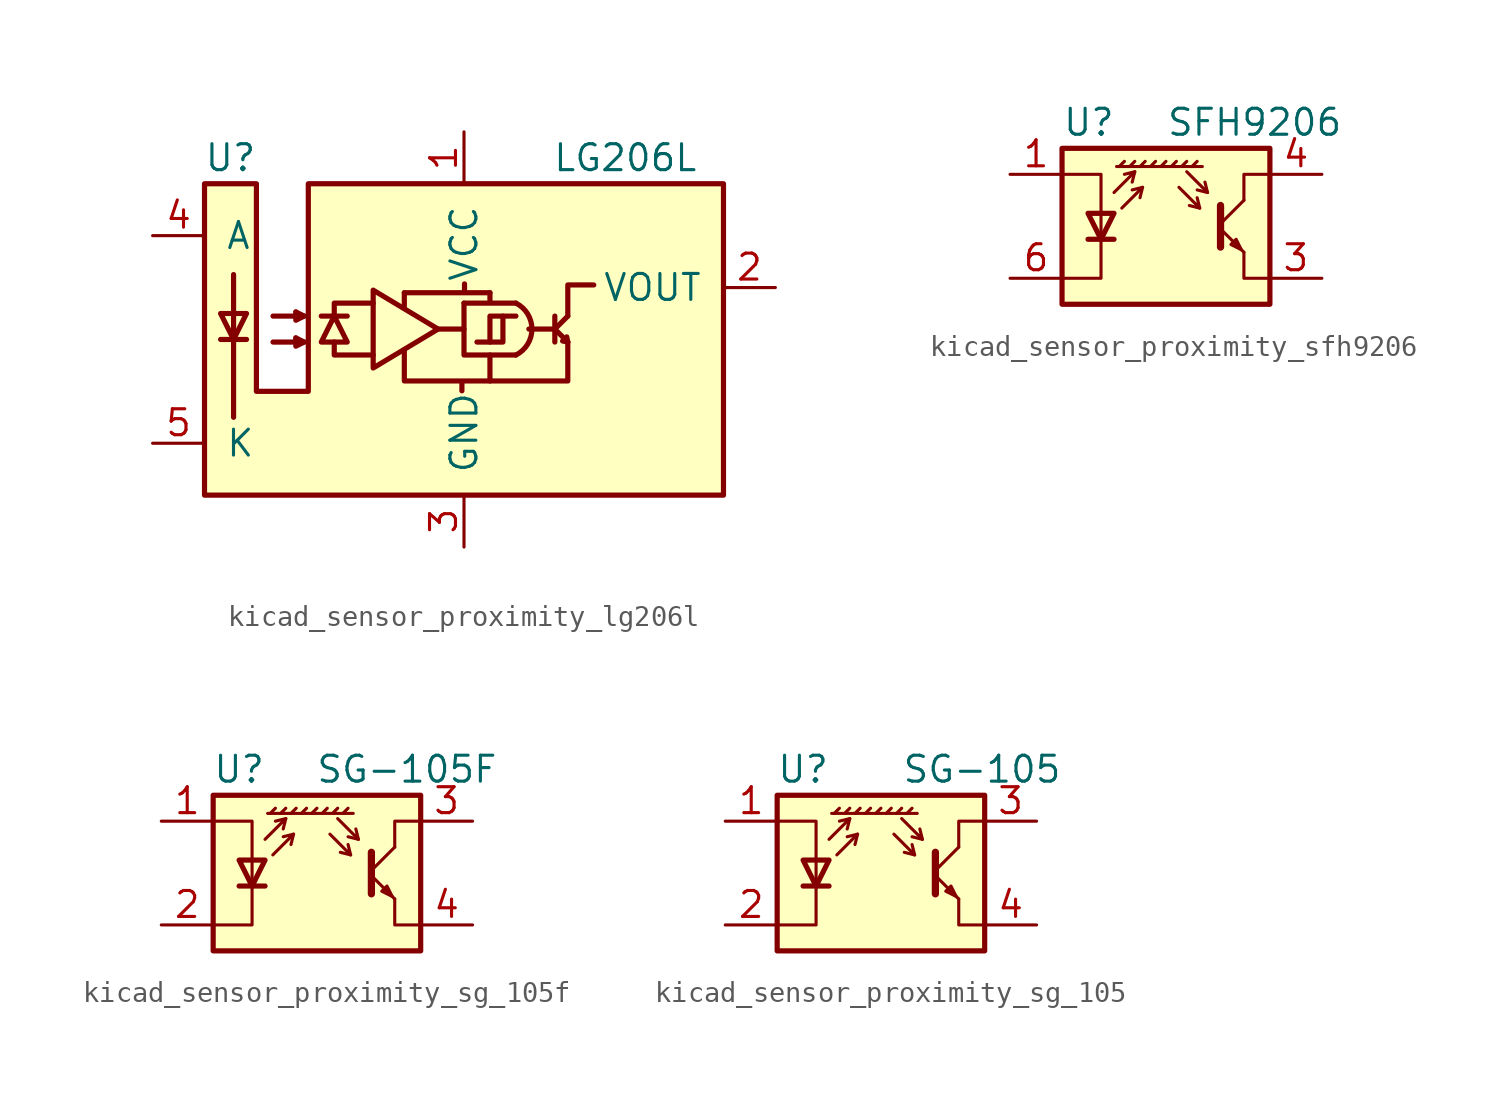
<source format=kicad_sym>
(kicad_symbol_lib
  (version 20220914)
  (generator kicad_symbol_editor)
  (symbol "kicad_sensor_proximity_lg206l"
    (pin_names
      (offset 1.016))
    (property "Reference" "U"
      (at -11.43 8.89 0)
      (effects (font (size 1.27 1.27))))
    (property "Value" "LG206L"
      (at 4.318 8.89 0)
      (effects (font (size 1.27 1.27)) (justify left)))
    (symbol "kicad_sensor_proximity_lg206l_0_1"
      (polyline (pts (xy -11.913 0) (xy -10.643 0)) (stroke (width 0.254) (type default)) (fill (type none)))
      (polyline (pts (xy -11.278 -3.81) (xy -11.278 3.175)) (stroke (width 0.254) (type default)) (fill (type none)))
      (polyline (pts (xy -6.985 1.143) (xy -5.715 1.143)) (stroke (width 0.254) (type default)) (fill (type none)))
      (polyline (pts (xy -2.921 1.524) (xy -2.921 2.286)) (stroke (width 0.254) (type default)) (fill (type none)))
      (polyline (pts (xy -2.921 2.286) (xy 1.27 2.286)) (stroke (width 0.254) (type default)) (fill (type none)))
      (polyline (pts (xy -1.27 0.508) (xy 0 0.508)) (stroke (width 0.254) (type default)) (fill (type none)))
      (polyline (pts (xy -0.102 -2.515) (xy -0.102 -2.083)) (stroke (width 0.254) (type default)) (fill (type none)))
      (polyline (pts (xy 0 1.778) (xy 2.54 1.778)) (stroke (width 0.254) (type default)) (fill (type none)))
      (polyline (pts (xy 0.025 2.311) (xy 0.025 2.718)) (stroke (width 0.254) (type default)) (fill (type none)))
      (polyline (pts (xy 1.27 1.93) (xy 1.27 2.286)) (stroke (width 0.254) (type default)) (fill (type none)))
      (polyline (pts (xy 3.175 0.508) (xy 4.445 0.508)) (stroke (width 0.254) (type default)) (fill (type none)))
      (polyline (pts (xy 4.445 0.508) (xy 5.08 -0.127)) (stroke (width 0.254) (type default)) (fill (type none)))
      (polyline (pts (xy 4.445 0.508) (xy 5.08 1.143)) (stroke (width 0.254) (type default)) (fill (type none)))
      (polyline (pts (xy 4.445 1.143) (xy 4.445 -0.127)) (stroke (width 0.254) (type default)) (fill (type none)))
      (polyline (pts (xy -9.347 -0.127) (xy -7.823 -0.127) (xy -8.23 0.076)) (stroke (width 0.254) (type default)) (fill (type none)))
      (polyline (pts (xy -9.347 1.143) (xy -7.823 1.143) (xy -8.23 1.346)) (stroke (width 0.254) (type default)) (fill (type none)))
      (polyline (pts (xy -8.23 0.076) (xy -8.23 -0.33) (xy -7.823 -0.127)) (stroke (width 0.254) (type default)) (fill (type none)))
      (polyline (pts (xy -8.23 1.346) (xy -8.23 0.94) (xy -7.823 1.143)) (stroke (width 0.254) (type default)) (fill (type none)))
      (polyline (pts (xy -6.35 -0.127) (xy -6.35 -0.762) (xy -4.445 -0.762)) (stroke (width 0.254) (type default)) (fill (type none)))
      (polyline (pts (xy -6.35 1.143) (xy -6.35 1.778) (xy -4.445 1.778)) (stroke (width 0.254) (type default)) (fill (type none)))
      (polyline (pts (xy 0 1.778) (xy 0 -0.762) (xy 2.54 -0.762)) (stroke (width 0.254) (type default)) (fill (type none)))
      (polyline (pts (xy 1.27 -2.032) (xy -2.921 -2.032) (xy -2.921 -0.508)) (stroke (width 0.254) (type default)) (fill (type none)))
      (polyline (pts (xy 1.905 1.143) (xy 1.27 1.143) (xy 1.27 -0.127)) (stroke (width 0.254) (type default)) (fill (type none)))
      (polyline (pts (xy 5.08 1.143) (xy 5.08 2.667) (xy 6.35 2.667)) (stroke (width 0.254) (type default)) (fill (type none)))
      (polyline (pts (xy -11.913 1.27) (xy -10.643 1.27) (xy -11.278 0) (xy -11.913 1.27)) (stroke (width 0.254) (type default)) (fill (type none)))
      (polyline (pts (xy -6.985 -0.127) (xy -5.715 -0.127) (xy -6.35 1.143) (xy -6.985 -0.127)) (stroke (width 0.254) (type default)) (fill (type none)))
      (polyline (pts (xy -4.445 2.413) (xy -4.445 -1.397) (xy -1.27 0.508) (xy -4.445 2.413)) (stroke (width 0.254) (type default)) (fill (type none)))
      (polyline (pts (xy 0.635 -0.127) (xy 1.905 -0.127) (xy 1.905 1.143) (xy 2.54 1.143)) (stroke (width 0.254) (type default)) (fill (type none)))
      (polyline (pts (xy 1.27 -0.762) (xy 1.27 -2.032) (xy 5.08 -2.032) (xy 5.08 -0.127)) (stroke (width 0.254) (type default)) (fill (type none)))
      (polyline (pts (xy 5.08 -0.127) (xy 4.826 -0.076) (xy 5.029 0.127) (xy 5.08 -0.127)) (stroke (width 0.254) (type default)) (fill (type none)))
      (polyline (pts (xy -12.7 -7.62) (xy 12.7 -7.62) (xy 12.7 7.62) (xy -7.62 7.62) (xy -7.62 -2.54) (xy -10.16 -2.54) (xy -10.16 7.62) (xy -12.7 7.62) (xy -12.7 -7.62)) (stroke (width 0.254) (type default)) (fill (type background)))
      (arc (start 2.54 -0.762) (mid 3.3249 0.508) (end 2.54 1.778) (stroke (width 0.254) (type default)) (fill (type none))))
    (symbol "kicad_sensor_proximity_lg206l_1_1"
      (pin power_in line (at 0 10.16 270) (length 2.54) (name "VCC" (effects (font (size 1.27 1.27)))) (number "1" (effects (font (size 1.27 1.27)))))
      (pin open_collector line (at 15.24 2.54 180) (length 2.54) (name "VOUT" (effects (font (size 1.27 1.27)))) (number "2" (effects (font (size 1.27 1.27)))))
      (pin power_in line (at 0 -10.16 90) (length 2.54) (name "GND" (effects (font (size 1.27 1.27)))) (number "3" (effects (font (size 1.27 1.27)))))
      (pin passive line (at -15.24 5.08 0) (length 2.54) (name "A" (effects (font (size 1.27 1.27)))) (number "4" (effects (font (size 1.27 1.27)))))
      (pin passive line (at -15.24 -5.08 0) (length 2.54) (name "K" (effects (font (size 1.27 1.27)))) (number "5" (effects (font (size 1.27 1.27)))))))
  (symbol "kicad_sensor_proximity_sfh9206"
    (pin_names
      (offset 0.025) hide)
    (property "Reference" "U"
      (at -5.08 5.08 0)
      (effects (font (size 1.27 1.27)) (justify left)))
    (property "Value" "SFH9206"
      (at 0 5.08 0)
      (effects (font (size 1.27 1.27)) (justify left)))
    (symbol "kicad_sensor_proximity_sfh9206_0_1"
      (polyline (pts (xy -3.81 -0.635) (xy -2.54 -0.635)) (stroke (width 0.254) (type default)) (fill (type none)))
      (polyline (pts (xy -2.286 2.921) (xy -2.032 3.175)) (stroke (width 0) (type default)) (fill (type none)))
      (polyline (pts (xy -1.778 2.921) (xy -1.524 3.175)) (stroke (width 0) (type default)) (fill (type none)))
      (polyline (pts (xy -1.524 2.667) (xy -1.651 2.159)) (stroke (width 0) (type default)) (fill (type none)))
      (polyline (pts (xy -1.27 2.921) (xy -1.016 3.175)) (stroke (width 0) (type default)) (fill (type none)))
      (polyline (pts (xy -1.143 1.905) (xy -1.27 1.397)) (stroke (width 0) (type default)) (fill (type none)))
      (polyline (pts (xy -0.762 2.921) (xy -0.508 3.175)) (stroke (width 0) (type default)) (fill (type none)))
      (polyline (pts (xy -0.254 2.921) (xy 0 3.175)) (stroke (width 0) (type default)) (fill (type none)))
      (polyline (pts (xy 0.254 2.921) (xy 0.508 3.175)) (stroke (width 0) (type default)) (fill (type none)))
      (polyline (pts (xy 0.762 2.921) (xy 1.016 3.175)) (stroke (width 0) (type default)) (fill (type none)))
      (polyline (pts (xy 1.27 2.921) (xy 1.524 3.175)) (stroke (width 0) (type default)) (fill (type none)))
      (polyline (pts (xy 1.651 0.889) (xy 1.143 1.016)) (stroke (width 0) (type default)) (fill (type none)))
      (polyline (pts (xy 1.778 2.921) (xy -2.413 2.921)) (stroke (width 0) (type default)) (fill (type none)))
      (polyline (pts (xy 2.032 1.651) (xy 1.524 1.778)) (stroke (width 0) (type default)) (fill (type none)))
      (polyline (pts (xy 2.667 -0.127) (xy 3.81 -1.27)) (stroke (width 0) (type default)) (fill (type none)))
      (polyline (pts (xy 2.667 0.127) (xy 3.81 1.27)) (stroke (width 0) (type default)) (fill (type none)))
      (polyline (pts (xy -2.54 1.651) (xy -1.524 2.667) (xy -2.032 2.54)) (stroke (width 0) (type default)) (fill (type none)))
      (polyline (pts (xy -2.159 0.889) (xy -1.143 1.905) (xy -1.651 1.778)) (stroke (width 0) (type default)) (fill (type none)))
      (polyline (pts (xy 0.635 1.905) (xy 1.651 0.889) (xy 1.524 1.397)) (stroke (width 0) (type default)) (fill (type none)))
      (polyline (pts (xy 1.016 2.667) (xy 2.032 1.651) (xy 1.905 2.159)) (stroke (width 0) (type default)) (fill (type none)))
      (polyline (pts (xy 2.667 1.016) (xy 2.667 -1.016) (xy 2.667 -1.016)) (stroke (width 0.356) (type default)) (fill (type none)))
      (polyline (pts (xy 3.81 -1.27) (xy 3.81 -2.54) (xy 5.08 -2.54)) (stroke (width 0) (type default)) (fill (type none)))
      (polyline (pts (xy 3.81 1.27) (xy 3.81 2.54) (xy 5.08 2.54)) (stroke (width 0) (type default)) (fill (type none)))
      (polyline (pts (xy -5.08 -2.54) (xy -3.175 -2.54) (xy -3.175 2.54) (xy -5.08 2.54)) (stroke (width 0) (type default)) (fill (type none)))
      (polyline (pts (xy -3.175 -0.635) (xy -3.81 0.635) (xy -2.54 0.635) (xy -3.175 -0.635)) (stroke (width 0.254) (type default)) (fill (type none)))
      (polyline (pts (xy 3.683 -1.143) (xy 3.429 -0.635) (xy 3.175 -0.889) (xy 3.683 -1.143)) (stroke (width 0) (type default)) (fill (type none)))
      (polyline (pts (xy -5.08 -3.81) (xy 5.08 -3.81) (xy 5.08 3.81) (xy -5.08 3.81) (xy -5.08 -3.81)) (stroke (width 0.254) (type default)) (fill (type background))))
    (symbol "kicad_sensor_proximity_sfh9206_1_1"
      (pin passive line (at -7.62 2.54 0) (length 2.54) (name "A" (effects (font (size 1.27 1.27)))) (number "1" (effects (font (size 1.27 1.27)))))
      (pin no_connect line (at -5.08 0 0) (length 2.54) hide (name "NC" (effects (font (size 1.27 1.27)))) (number "2" (effects (font (size 1.27 1.27)))))
      (pin open_emitter line (at 7.62 -2.54 180) (length 2.54) (name "E" (effects (font (size 1.27 1.27)))) (number "3" (effects (font (size 1.27 1.27)))))
      (pin open_collector line (at 7.62 2.54 180) (length 2.54) (name "C" (effects (font (size 1.27 1.27)))) (number "4" (effects (font (size 1.27 1.27)))))
      (pin no_connect line (at 5.08 0 180) (length 2.54) hide (name "NC" (effects (font (size 1.27 1.27)))) (number "5" (effects (font (size 1.27 1.27)))))
      (pin passive line (at -7.62 -2.54 0) (length 2.54) (name "K" (effects (font (size 1.27 1.27)))) (number "6" (effects (font (size 1.27 1.27)))))))
  (symbol "kicad_sensor_proximity_sg_105f"
    (pin_names
      (offset 1.016) hide)
    (property "Reference" "U"
      (at -3.81 5.08 0)
      (effects (font (size 1.27 1.27))))
    (property "Value" "SG-105F"
      (at 8.89 5.08 0)
      (effects (font (size 1.27 1.27)) (justify right)))
    (symbol "kicad_sensor_proximity_sg_105f_0_1"
      (polyline (pts (xy -3.81 -0.635) (xy -2.54 -0.635)) (stroke (width 0.254) (type default)) (fill (type none)))
      (polyline (pts (xy -2.286 2.921) (xy -2.032 3.175)) (stroke (width 0) (type default)) (fill (type none)))
      (polyline (pts (xy -1.778 2.921) (xy -1.524 3.175)) (stroke (width 0) (type default)) (fill (type none)))
      (polyline (pts (xy -1.524 2.667) (xy -1.651 2.159)) (stroke (width 0) (type default)) (fill (type none)))
      (polyline (pts (xy -1.27 2.921) (xy -1.016 3.175)) (stroke (width 0) (type default)) (fill (type none)))
      (polyline (pts (xy -1.143 1.905) (xy -1.27 1.397)) (stroke (width 0) (type default)) (fill (type none)))
      (polyline (pts (xy -0.762 2.921) (xy -0.508 3.175)) (stroke (width 0) (type default)) (fill (type none)))
      (polyline (pts (xy -0.254 2.921) (xy 0 3.175)) (stroke (width 0) (type default)) (fill (type none)))
      (polyline (pts (xy 0.254 2.921) (xy 0.508 3.175)) (stroke (width 0) (type default)) (fill (type none)))
      (polyline (pts (xy 0.762 2.921) (xy 1.016 3.175)) (stroke (width 0) (type default)) (fill (type none)))
      (polyline (pts (xy 1.27 2.921) (xy 1.524 3.175)) (stroke (width 0) (type default)) (fill (type none)))
      (polyline (pts (xy 1.651 0.889) (xy 1.143 1.016)) (stroke (width 0) (type default)) (fill (type none)))
      (polyline (pts (xy 1.778 2.921) (xy -2.413 2.921)) (stroke (width 0) (type default)) (fill (type none)))
      (polyline (pts (xy 2.032 1.651) (xy 1.524 1.778)) (stroke (width 0) (type default)) (fill (type none)))
      (polyline (pts (xy 2.667 -0.127) (xy 3.81 -1.27)) (stroke (width 0) (type default)) (fill (type none)))
      (polyline (pts (xy 2.667 0.127) (xy 3.81 1.27)) (stroke (width 0) (type default)) (fill (type none)))
      (polyline (pts (xy -2.54 1.651) (xy -1.524 2.667) (xy -2.032 2.54)) (stroke (width 0) (type default)) (fill (type none)))
      (polyline (pts (xy -2.159 0.889) (xy -1.143 1.905) (xy -1.651 1.778)) (stroke (width 0) (type default)) (fill (type none)))
      (polyline (pts (xy 0.635 1.905) (xy 1.651 0.889) (xy 1.524 1.397)) (stroke (width 0) (type default)) (fill (type none)))
      (polyline (pts (xy 1.016 2.667) (xy 2.032 1.651) (xy 1.905 2.159)) (stroke (width 0) (type default)) (fill (type none)))
      (polyline (pts (xy 2.667 1.016) (xy 2.667 -1.016) (xy 2.667 -1.016)) (stroke (width 0.356) (type default)) (fill (type none)))
      (polyline (pts (xy 3.81 -1.27) (xy 3.81 -2.54) (xy 5.08 -2.54)) (stroke (width 0) (type default)) (fill (type none)))
      (polyline (pts (xy 3.81 1.27) (xy 3.81 2.54) (xy 5.08 2.54)) (stroke (width 0) (type default)) (fill (type none)))
      (polyline (pts (xy -5.08 -2.54) (xy -3.175 -2.54) (xy -3.175 2.54) (xy -5.08 2.54)) (stroke (width 0) (type default)) (fill (type none)))
      (polyline (pts (xy -3.175 -0.635) (xy -3.81 0.635) (xy -2.54 0.635) (xy -3.175 -0.635)) (stroke (width 0.254) (type default)) (fill (type none)))
      (polyline (pts (xy 3.683 -1.143) (xy 3.429 -0.635) (xy 3.175 -0.889) (xy 3.683 -1.143)) (stroke (width 0) (type default)) (fill (type none)))
      (polyline (pts (xy -5.08 -3.81) (xy 5.08 -3.81) (xy 5.08 3.81) (xy -5.08 3.81) (xy -5.08 -3.81)) (stroke (width 0.254) (type default)) (fill (type background))))
    (symbol "kicad_sensor_proximity_sg_105f_1_1"
      (pin passive line (at -7.62 2.54 0) (length 2.54) (name "A" (effects (font (size 1.27 1.27)))) (number "1" (effects (font (size 1.27 1.27)))))
      (pin passive line (at -7.62 -2.54 0) (length 2.54) (name "K" (effects (font (size 1.27 1.27)))) (number "2" (effects (font (size 1.27 1.27)))))
      (pin open_collector line (at 7.62 2.54 180) (length 2.54) (name "C" (effects (font (size 1.27 1.27)))) (number "3" (effects (font (size 1.27 1.27)))))
      (pin open_emitter line (at 7.62 -2.54 180) (length 2.54) (name "E" (effects (font (size 1.27 1.27)))) (number "4" (effects (font (size 1.27 1.27)))))))
  (symbol "kicad_sensor_proximity_sg_105"
    (pin_names
      (offset 1.016) hide)
    (property "Reference" "U"
      (at -3.81 5.08 0)
      (effects (font (size 1.27 1.27))))
    (property "Value" "SG-105"
      (at 8.89 5.08 0)
      (effects (font (size 1.27 1.27)) (justify right)))
    (symbol "kicad_sensor_proximity_sg_105_0_1"
      (polyline (pts (xy -3.81 -0.635) (xy -2.54 -0.635)) (stroke (width 0.254) (type default)) (fill (type none)))
      (polyline (pts (xy -2.286 2.921) (xy -2.032 3.175)) (stroke (width 0) (type default)) (fill (type none)))
      (polyline (pts (xy -1.778 2.921) (xy -1.524 3.175)) (stroke (width 0) (type default)) (fill (type none)))
      (polyline (pts (xy -1.524 2.667) (xy -1.651 2.159)) (stroke (width 0) (type default)) (fill (type none)))
      (polyline (pts (xy -1.27 2.921) (xy -1.016 3.175)) (stroke (width 0) (type default)) (fill (type none)))
      (polyline (pts (xy -1.143 1.905) (xy -1.27 1.397)) (stroke (width 0) (type default)) (fill (type none)))
      (polyline (pts (xy -0.762 2.921) (xy -0.508 3.175)) (stroke (width 0) (type default)) (fill (type none)))
      (polyline (pts (xy -0.254 2.921) (xy 0 3.175)) (stroke (width 0) (type default)) (fill (type none)))
      (polyline (pts (xy 0.254 2.921) (xy 0.508 3.175)) (stroke (width 0) (type default)) (fill (type none)))
      (polyline (pts (xy 0.762 2.921) (xy 1.016 3.175)) (stroke (width 0) (type default)) (fill (type none)))
      (polyline (pts (xy 1.27 2.921) (xy 1.524 3.175)) (stroke (width 0) (type default)) (fill (type none)))
      (polyline (pts (xy 1.651 0.889) (xy 1.143 1.016)) (stroke (width 0) (type default)) (fill (type none)))
      (polyline (pts (xy 1.778 2.921) (xy -2.413 2.921)) (stroke (width 0) (type default)) (fill (type none)))
      (polyline (pts (xy 2.032 1.651) (xy 1.524 1.778)) (stroke (width 0) (type default)) (fill (type none)))
      (polyline (pts (xy 2.667 -0.127) (xy 3.81 -1.27)) (stroke (width 0) (type default)) (fill (type none)))
      (polyline (pts (xy 2.667 0.127) (xy 3.81 1.27)) (stroke (width 0) (type default)) (fill (type none)))
      (polyline (pts (xy -2.54 1.651) (xy -1.524 2.667) (xy -2.032 2.54)) (stroke (width 0) (type default)) (fill (type none)))
      (polyline (pts (xy -2.159 0.889) (xy -1.143 1.905) (xy -1.651 1.778)) (stroke (width 0) (type default)) (fill (type none)))
      (polyline (pts (xy 0.635 1.905) (xy 1.651 0.889) (xy 1.524 1.397)) (stroke (width 0) (type default)) (fill (type none)))
      (polyline (pts (xy 1.016 2.667) (xy 2.032 1.651) (xy 1.905 2.159)) (stroke (width 0) (type default)) (fill (type none)))
      (polyline (pts (xy 2.667 1.016) (xy 2.667 -1.016) (xy 2.667 -1.016)) (stroke (width 0.356) (type default)) (fill (type none)))
      (polyline (pts (xy 3.81 -1.27) (xy 3.81 -2.54) (xy 5.08 -2.54)) (stroke (width 0) (type default)) (fill (type none)))
      (polyline (pts (xy 3.81 1.27) (xy 3.81 2.54) (xy 5.08 2.54)) (stroke (width 0) (type default)) (fill (type none)))
      (polyline (pts (xy -5.08 -2.54) (xy -3.175 -2.54) (xy -3.175 2.54) (xy -5.08 2.54)) (stroke (width 0) (type default)) (fill (type none)))
      (polyline (pts (xy -3.175 -0.635) (xy -3.81 0.635) (xy -2.54 0.635) (xy -3.175 -0.635)) (stroke (width 0.254) (type default)) (fill (type none)))
      (polyline (pts (xy 3.683 -1.143) (xy 3.429 -0.635) (xy 3.175 -0.889) (xy 3.683 -1.143)) (stroke (width 0) (type default)) (fill (type none)))
      (polyline (pts (xy -5.08 -3.81) (xy 5.08 -3.81) (xy 5.08 3.81) (xy -5.08 3.81) (xy -5.08 -3.81)) (stroke (width 0.254) (type default)) (fill (type background))))
    (symbol "kicad_sensor_proximity_sg_105_1_1"
      (pin passive line (at -7.62 2.54 0) (length 2.54) (name "A" (effects (font (size 1.27 1.27)))) (number "1" (effects (font (size 1.27 1.27)))))
      (pin passive line (at -7.62 -2.54 0) (length 2.54) (name "K" (effects (font (size 1.27 1.27)))) (number "2" (effects (font (size 1.27 1.27)))))
      (pin open_collector line (at 7.62 2.54 180) (length 2.54) (name "C" (effects (font (size 1.27 1.27)))) (number "3" (effects (font (size 1.27 1.27)))))
      (pin open_emitter line (at 7.62 -2.54 180) (length 2.54) (name "E" (effects (font (size 1.27 1.27)))) (number "4" (effects (font (size 1.27 1.27))))))))
</source>
